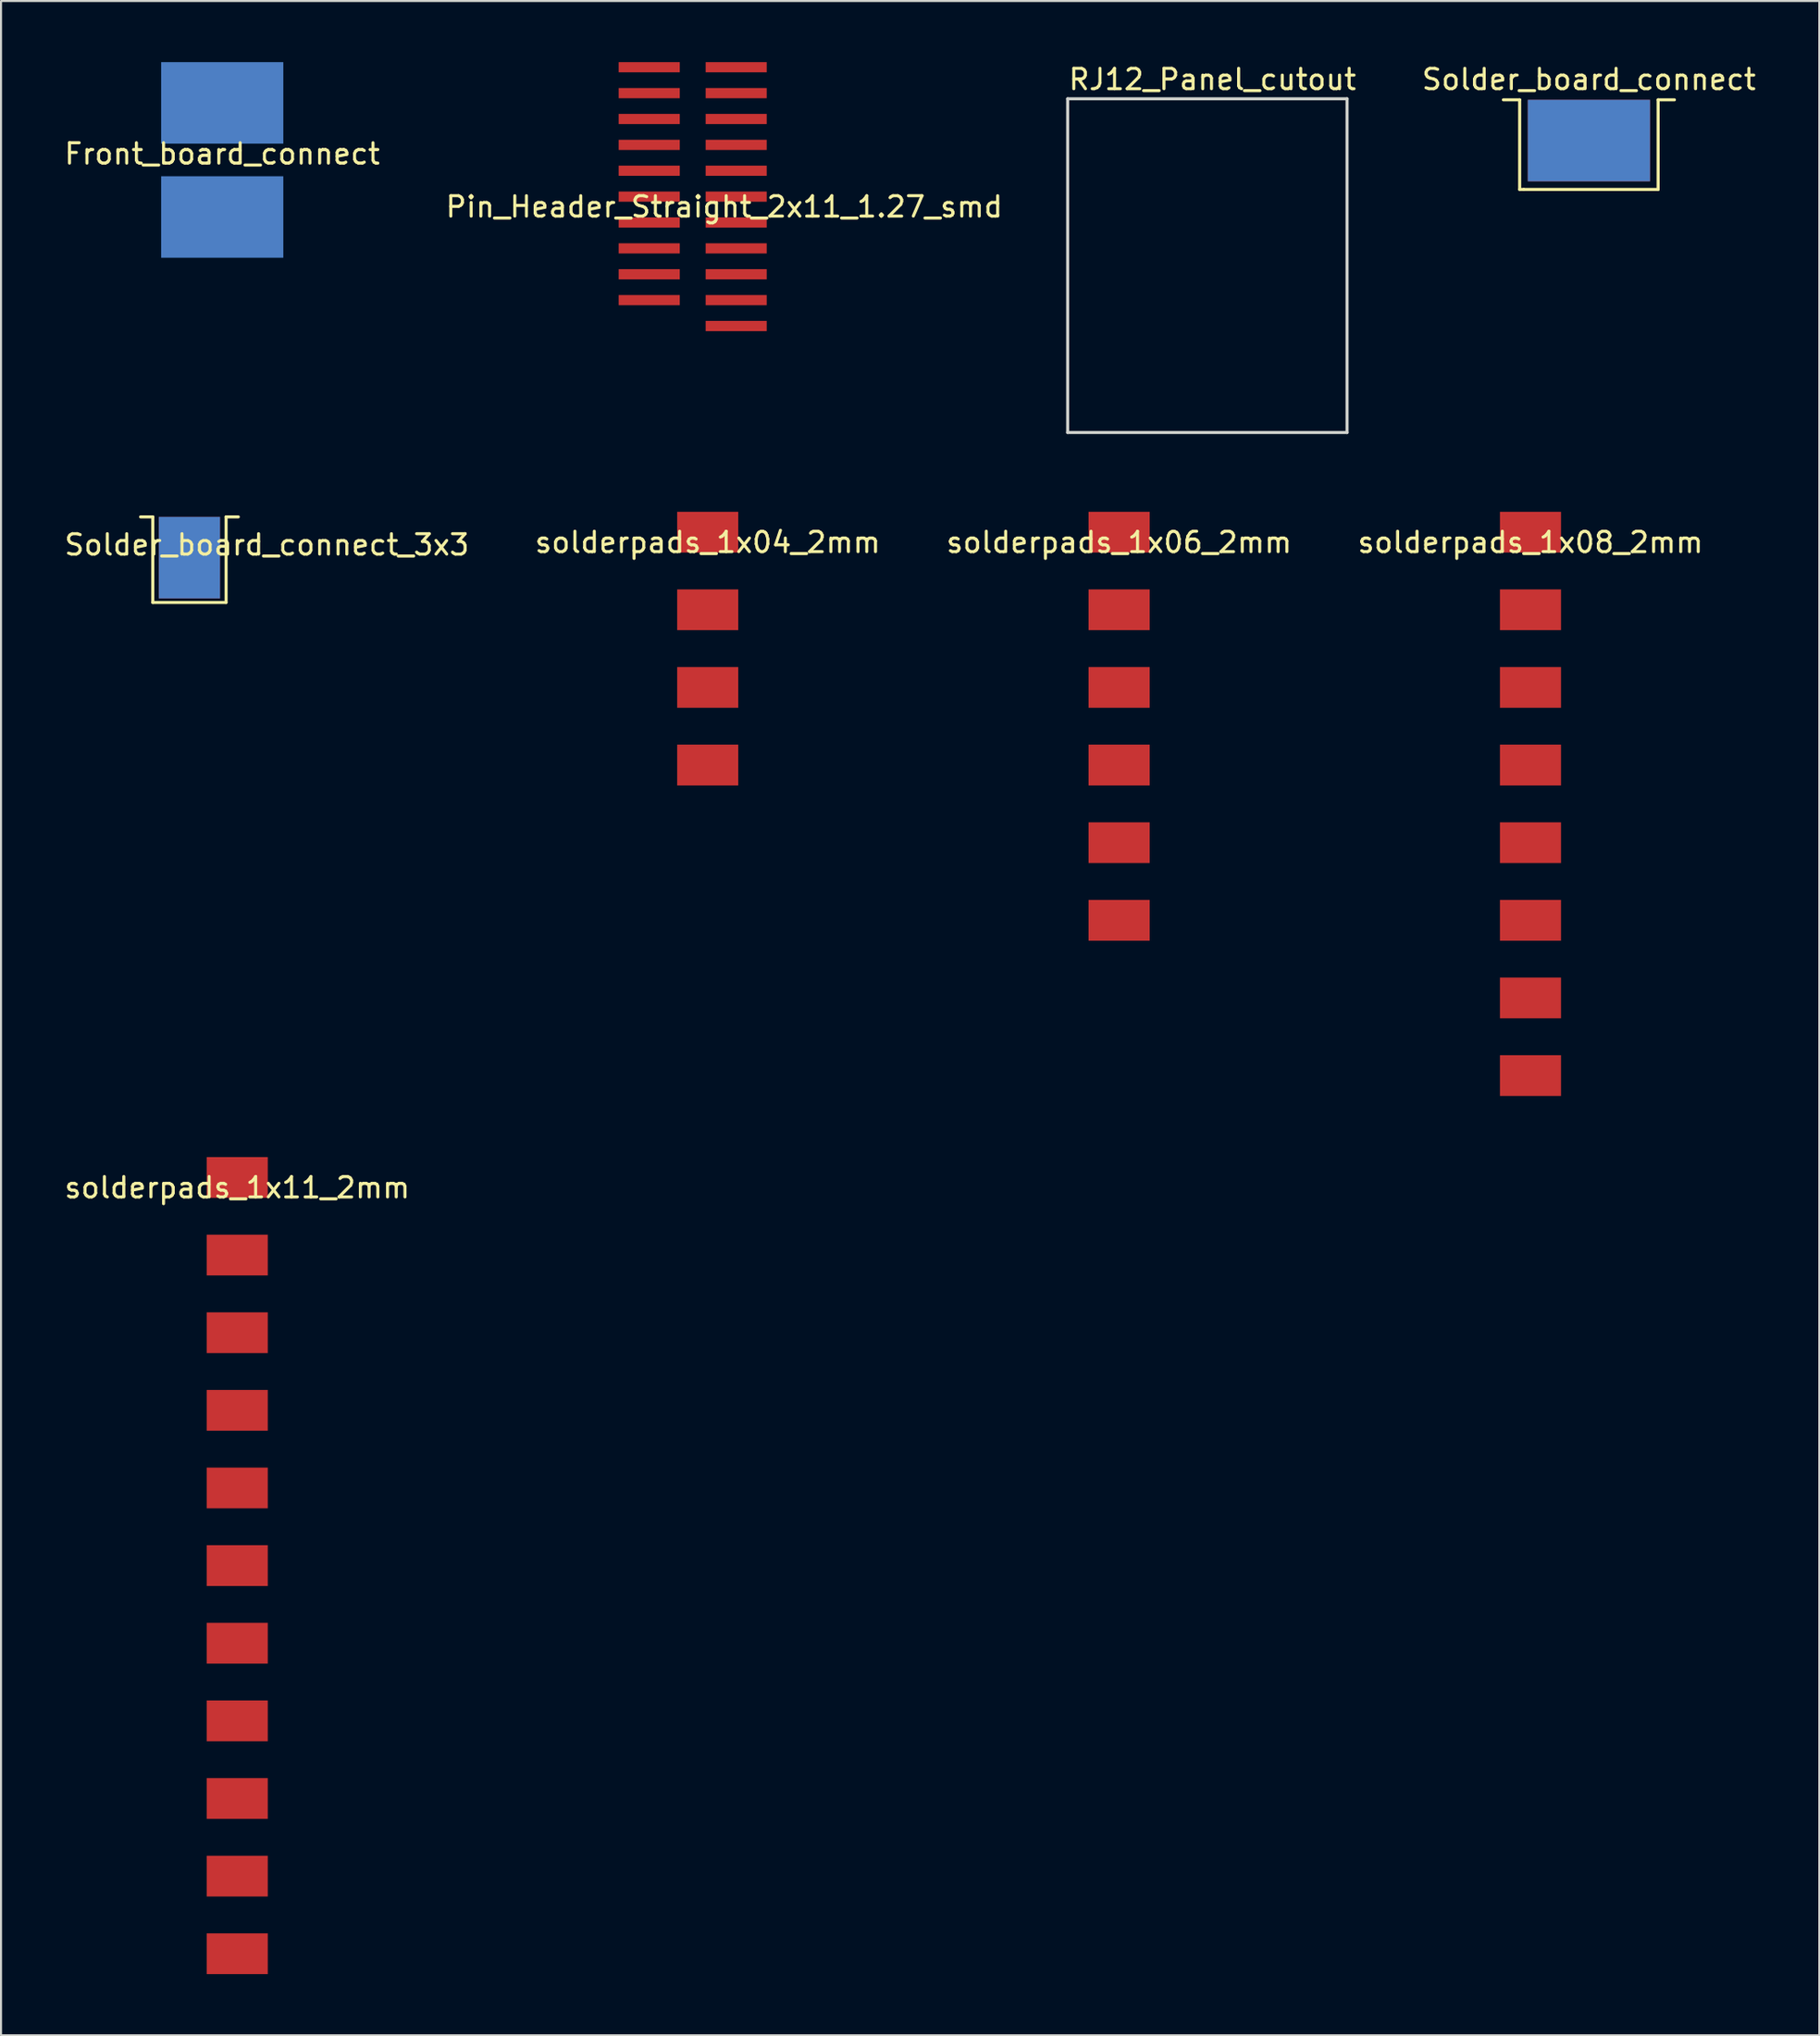
<source format=kicad_pcb>
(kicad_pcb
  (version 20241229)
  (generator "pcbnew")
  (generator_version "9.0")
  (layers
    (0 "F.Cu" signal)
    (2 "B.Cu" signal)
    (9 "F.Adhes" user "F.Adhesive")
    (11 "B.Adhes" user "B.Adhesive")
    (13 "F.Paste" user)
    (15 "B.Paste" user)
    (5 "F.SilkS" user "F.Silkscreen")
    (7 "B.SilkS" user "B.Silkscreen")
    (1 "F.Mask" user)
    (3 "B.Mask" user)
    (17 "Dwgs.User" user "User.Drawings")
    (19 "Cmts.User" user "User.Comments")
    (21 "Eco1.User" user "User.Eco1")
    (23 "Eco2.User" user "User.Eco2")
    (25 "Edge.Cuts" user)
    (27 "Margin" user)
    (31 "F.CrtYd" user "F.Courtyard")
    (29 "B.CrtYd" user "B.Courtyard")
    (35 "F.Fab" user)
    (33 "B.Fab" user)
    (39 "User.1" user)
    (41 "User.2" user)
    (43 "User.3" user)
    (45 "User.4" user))
  (footprint "solderpads_1x06_2mm"
    (layer "F.Cu")
    (at 51.911 23.068)
    (property "Reference" "solderpads_1x06_2mm" (at 0 0.5 0) (layer "F.SilkS") (effects (font (size 1 1) (thickness 0.15))))
    (attr through_hole)
    (pad "1" smd rect (at 0 0) (size 3 2) (layers "F.Cu" "F.Mask" "F.Paste"))
    (pad "2" smd rect (at 0 3.81) (size 3 2) (layers "F.Cu" "F.Mask" "F.Paste"))
    (pad "3" smd rect (at 0 7.62) (size 3 2) (layers "F.Cu" "F.Mask" "F.Paste"))
    (pad "4" smd rect (at 0 11.43) (size 3 2) (layers "F.Cu" "F.Mask" "F.Paste"))
    (pad "5" smd rect (at 0 15.24) (size 3 2) (layers "F.Cu" "F.Mask" "F.Paste"))
    (pad "6" smd rect (at 0 19.05) (size 3 2) (layers "F.Cu" "F.Mask" "F.Paste")))
  (footprint "solderpads_1x04_2mm"
    (layer "F.Cu")
    (at 31.708 23.068)
    (property "Reference" "solderpads_1x04_2mm" (at 0 0.5 0) (layer "F.SilkS") (effects (font (size 1 1) (thickness 0.15))))
    (attr through_hole)
    (pad "1" smd rect (at 0 0) (size 3 2) (layers "F.Cu" "F.Mask" "F.Paste"))
    (pad "2" smd rect (at 0 3.81) (size 3 2) (layers "F.Cu" "F.Mask" "F.Paste"))
    (pad "3" smd rect (at 0 7.62) (size 3 2) (layers "F.Cu" "F.Mask" "F.Paste"))
    (pad "4" smd rect (at 0 11.43) (size 3 2) (layers "F.Cu" "F.Mask" "F.Paste")))
  (footprint "RJ12_Panel_cutout"
    (layer "F.Cu")
    (at 56.245 18.818)
    (property "Reference" "RJ12_Panel_cutout" (at 0.25 -17.97 0) (layer "F.SilkS") (effects (font (size 1 1) (thickness 0.15))))
    (attr through_hole)
    (fp_line (start -6.86 -17.02) (end 6.86 -17.02) (stroke (width 0.15) (type solid)) (layer "Edge.Cuts"))
    (fp_line (start -6.86 -0.64) (end -6.86 -17.02) (stroke (width 0.15) (type solid)) (layer "Edge.Cuts"))
    (fp_line (start 6.86 -17.02) (end 6.86 -0.64) (stroke (width 0.15) (type solid)) (layer "Edge.Cuts"))
    (fp_line (start 6.86 -0.64) (end -6.86 -0.64) (stroke (width 0.15) (type solid)) (layer "Edge.Cuts")))
  (footprint "solderpads_1x11_2mm"
    (layer "F.Cu")
    (at 8.601 54.738)
    (property "Reference" "solderpads_1x11_2mm" (at 0 0.5 0) (layer "F.SilkS") (effects (font (size 1 1) (thickness 0.15))))
    (attr through_hole)
    (pad "1" smd rect (at 0 0) (size 3 2) (layers "F.Cu" "F.Mask" "F.Paste"))
    (pad "2" smd rect (at 0 3.81) (size 3 2) (layers "F.Cu" "F.Mask" "F.Paste"))
    (pad "3" smd rect (at 0 7.62) (size 3 2) (layers "F.Cu" "F.Mask" "F.Paste"))
    (pad "4" smd rect (at 0 11.43) (size 3 2) (layers "F.Cu" "F.Mask" "F.Paste"))
    (pad "5" smd rect (at 0 15.24) (size 3 2) (layers "F.Cu" "F.Mask" "F.Paste"))
    (pad "6" smd rect (at 0 19.05) (size 3 2) (layers "F.Cu" "F.Mask" "F.Paste"))
    (pad "7" smd rect (at 0 22.86) (size 3 2) (layers "F.Cu" "F.Mask" "F.Paste"))
    (pad "8" smd rect (at 0 26.67) (size 3 2) (layers "F.Cu" "F.Mask" "F.Paste"))
    (pad "9" smd rect (at 0 30.48) (size 3 2) (layers "F.Cu" "F.Mask" "F.Paste"))
    (pad "10" smd rect (at 0 34.29) (size 3 2) (layers "F.Cu" "F.Mask" "F.Paste"))
    (pad "11" smd rect (at 0 38.1) (size 3 2) (layers "F.Cu" "F.Mask" "F.Paste")))
  (footprint "Front_board_connect"
    (layer "F.Cu")
    (at 7.863 4)
    (property "Reference" "Front_board_connect" (at 0 0.5 0) (layer "F.SilkS") (effects (font (size 1 1) (thickness 0.15))))
    (attr through_hole)
    (pad "1" smd rect (at 0 3.6) (size 6 4) (layers "B.Cu" "B.Mask" "B.Paste"))
    (pad "2" smd rect (at 0 -2) (size 6 4) (layers "B.Cu" "B.Mask" "B.Paste")))
  (footprint "solderpads_1x08_2mm"
    (layer "F.Cu")
    (at 72.113 23.068)
    (property "Reference" "solderpads_1x08_2mm" (at 0 0.5 0) (layer "F.SilkS") (effects (font (size 1 1) (thickness 0.15))))
    (attr through_hole)
    (pad "1" smd rect (at 0 0) (size 3 2) (layers "F.Cu" "F.Mask" "F.Paste"))
    (pad "2" smd rect (at 0 3.81) (size 3 2) (layers "F.Cu" "F.Mask" "F.Paste"))
    (pad "3" smd rect (at 0 7.62) (size 3 2) (layers "F.Cu" "F.Mask" "F.Paste"))
    (pad "4" smd rect (at 0 11.43) (size 3 2) (layers "F.Cu" "F.Mask" "F.Paste"))
    (pad "5" smd rect (at 0 15.24) (size 3 2) (layers "F.Cu" "F.Mask" "F.Paste"))
    (pad "6" smd rect (at 0 19.05) (size 3 2) (layers "F.Cu" "F.Mask" "F.Paste"))
    (pad "7" smd rect (at 0 22.86) (size 3 2) (layers "F.Cu" "F.Mask" "F.Paste"))
    (pad "8" smd rect (at 0 26.67) (size 3 2) (layers "F.Cu" "F.Mask" "F.Paste")))
  (footprint "Pin_Header_Straight_2x11_1.27_smd"
    (layer "F.Cu")
    (at 28.835 0.25)
    (property "Reference" "Pin_Header_Straight_2x11_1.27_smd" (at 3.683 6.85 0) (layer "F.SilkS") (effects (font (size 1 1) (thickness 0.15))))
    (attr through_hole)
    (pad "1" smd rect (at 0 0) (size 3 0.5) (layers "F.Cu" "F.Mask" "F.Paste"))
    (pad "2" smd rect (at 4.27 0) (size 3 0.5) (layers "F.Cu" "F.Mask" "F.Paste"))
    (pad "3" smd rect (at 0 1.27) (size 3 0.5) (layers "F.Cu" "F.Mask" "F.Paste"))
    (pad "4" smd rect (at 4.27 1.27) (size 3 0.5) (layers "F.Cu" "F.Mask" "F.Paste"))
    (pad "5" smd rect (at 0 2.54) (size 3 0.5) (layers "F.Cu" "F.Mask" "F.Paste"))
    (pad "6" smd rect (at 4.27 2.54) (size 3 0.5) (layers "F.Cu" "F.Mask" "F.Paste"))
    (pad "7" smd rect (at 0 3.81) (size 3 0.5) (layers "F.Cu" "F.Mask" "F.Paste"))
    (pad "8" smd rect (at 4.27 3.81) (size 3 0.5) (layers "F.Cu" "F.Mask" "F.Paste"))
    (pad "9" smd rect (at 0 5.08) (size 3 0.5) (layers "F.Cu" "F.Mask" "F.Paste"))
    (pad "10" smd rect (at 4.27 5.08) (size 3 0.5) (layers "F.Cu" "F.Mask" "F.Paste"))
    (pad "11" smd rect (at 0 6.35) (size 3 0.5) (layers "F.Cu" "F.Mask" "F.Paste"))
    (pad "12" smd rect (at 4.27 6.35) (size 3 0.5) (layers "F.Cu" "F.Mask" "F.Paste"))
    (pad "13" smd rect (at 0 7.62) (size 3 0.5) (layers "F.Cu" "F.Mask" "F.Paste"))
    (pad "14" smd rect (at 4.27 7.62) (size 3 0.5) (layers "F.Cu" "F.Mask" "F.Paste"))
    (pad "15" smd rect (at 0 8.89) (size 3 0.5) (layers "F.Cu" "F.Mask" "F.Paste"))
    (pad "16" smd rect (at 4.27 8.89) (size 3 0.5) (layers "F.Cu" "F.Mask" "F.Paste"))
    (pad "17" smd rect (at 0 10.16) (size 3 0.5) (layers "F.Cu" "F.Mask" "F.Paste"))
    (pad "18" smd rect (at 4.27 10.16) (size 3 0.5) (layers "F.Cu" "F.Mask" "F.Paste"))
    (pad "19" smd rect (at 0 11.43) (size 3 0.5) (layers "F.Cu" "F.Mask" "F.Paste"))
    (pad "20" smd rect (at 4.27 11.43) (size 3 0.5) (layers "F.Cu" "F.Mask" "F.Paste"))
    (pad "22" smd rect (at 4.27 12.7) (size 3 0.5) (layers "F.Cu" "F.Mask" "F.Paste")))
  (footprint "Solder_board_connect"
    (layer "F.Cu")
    (at 74.983 3.848)
    (property "Reference" "Solder_board_connect" (at 0 -3 0) (layer "F.SilkS") (effects (font (size 1 1) (thickness 0.15))))
    (attr through_hole)
    (fp_line (start -3.4 -2) (end -4.2 -2) (stroke (width 0.15) (type solid)) (layer "F.SilkS"))
    (fp_line (start -3.4 2.4) (end -3.4 -2) (stroke (width 0.15) (type solid)) (layer "F.SilkS"))
    (fp_line (start -3.2 2.4) (end -3.4 2.4) (stroke (width 0.15) (type solid)) (layer "F.SilkS"))
    (fp_line (start 3.4 -2) (end 3.4 2.4) (stroke (width 0.15) (type solid)) (layer "F.SilkS"))
    (fp_line (start 3.4 -2) (end 4.2 -2) (stroke (width 0.15) (type solid)) (layer "F.SilkS"))
    (fp_line (start 3.4 2.4) (end -3.2 2.4) (stroke (width 0.15) (type solid)) (layer "F.SilkS"))
    (pad "1" smd rect (at 0 0) (size 6 4) (layers "*.Cu" "*.Paste" "*.Mask")))
  (footprint "Solder_board_connect_3x3"
    (layer "F.Cu")
    (at 6.254 22.318)
    (property "Reference" "Solder_board_connect_3x3" (at 3.8 1.37 0) (layer "F.SilkS") (effects (font (size 1 1) (thickness 0.15))))
    (attr through_hole)
    (fp_line (start -2.4 0) (end -1.8 0) (stroke (width 0.15) (type solid)) (layer "F.SilkS"))
    (fp_line (start -1.8 0) (end -1.8 4.2) (stroke (width 0.15) (type solid)) (layer "F.SilkS"))
    (fp_line (start -1.8 4.2) (end 1.8 4.2) (stroke (width 0.15) (type solid)) (layer "F.SilkS"))
    (fp_line (start 1.8 0) (end 2.4 0) (stroke (width 0.15) (type solid)) (layer "F.SilkS"))
    (fp_line (start 1.8 4.2) (end 1.8 0) (stroke (width 0.15) (type solid)) (layer "F.SilkS"))
    (pad "1" smd rect (at 0 2) (size 3 4) (layers "B.Cu" "B.Mask" "B.Paste"))
    (pad "2" smd rect (at 0 2) (size 3 4) (layers "F.Cu" "F.Mask" "F.Paste")))
  (gr_rect
    (start -3 -3)
    (end 86.298 96.838)
    (stroke (width 0.1) (type default))
    (fill no)
    (layer "Edge.Cuts")))
</source>
